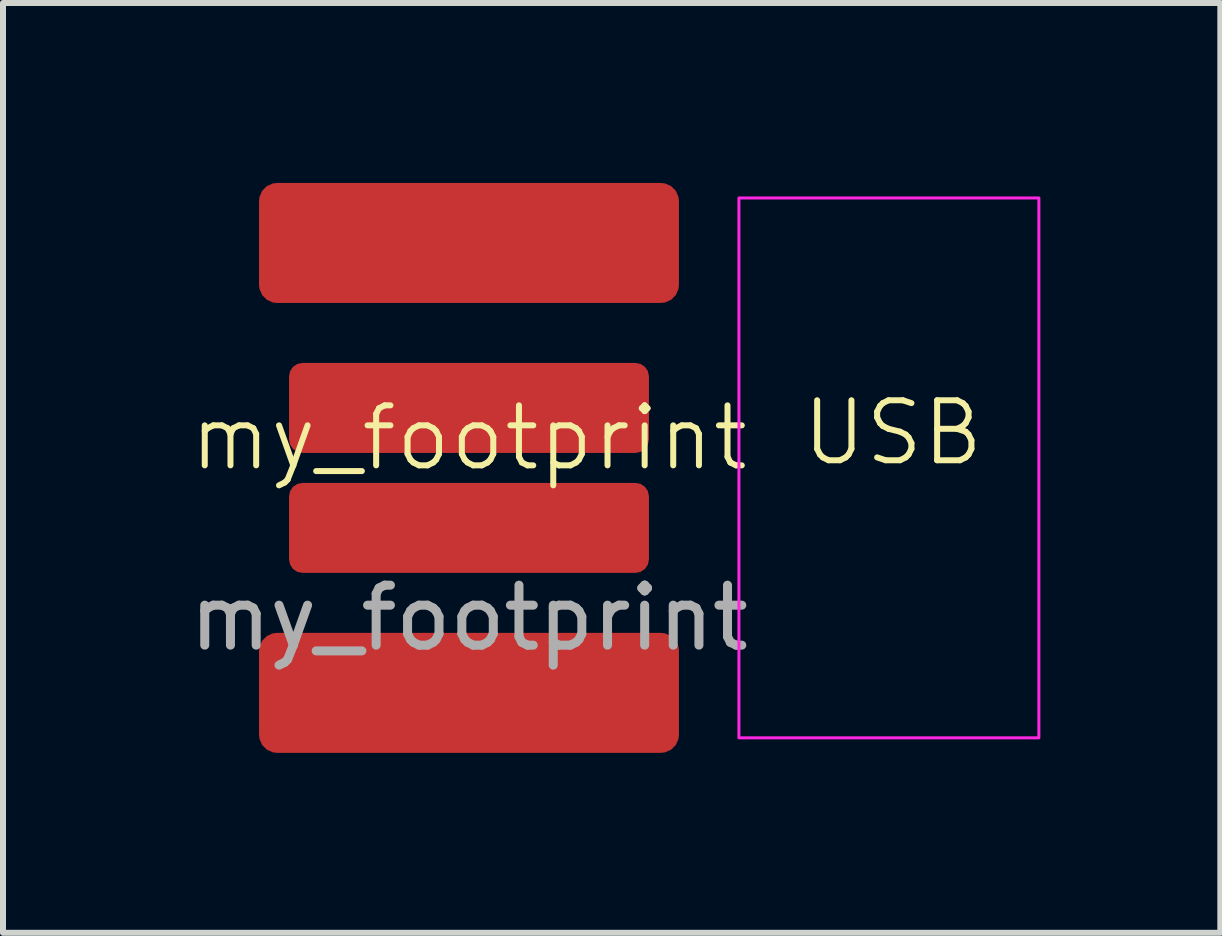
<source format=kicad_pcb>
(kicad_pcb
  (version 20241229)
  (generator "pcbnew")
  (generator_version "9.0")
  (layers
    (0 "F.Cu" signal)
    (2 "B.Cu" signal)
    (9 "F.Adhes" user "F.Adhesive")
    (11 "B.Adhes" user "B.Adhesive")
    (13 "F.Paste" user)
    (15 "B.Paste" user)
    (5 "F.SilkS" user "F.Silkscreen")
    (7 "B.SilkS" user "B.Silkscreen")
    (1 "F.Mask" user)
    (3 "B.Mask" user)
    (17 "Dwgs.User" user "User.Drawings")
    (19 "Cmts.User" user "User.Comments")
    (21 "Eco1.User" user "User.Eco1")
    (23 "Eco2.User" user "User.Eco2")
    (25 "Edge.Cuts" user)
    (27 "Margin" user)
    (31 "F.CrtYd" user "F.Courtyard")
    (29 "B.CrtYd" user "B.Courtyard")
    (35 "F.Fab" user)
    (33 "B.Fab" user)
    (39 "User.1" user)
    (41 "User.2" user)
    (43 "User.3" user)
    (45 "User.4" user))
  (footprint "my_footprint"
    (layer "F.Cu")
    (at 4.768 4.75)
    (property "Reference" "my_footprint" (at 0 -0.5 0) (unlocked yes) (layer "F.SilkS") (effects (font (size 1 1) (thickness 0.1))))
    (attr smd)
    (fp_rect (start 4.5 -4.5) (end 9.5 4.5) (stroke (width 0.05) (type default)) (fill no) (layer "F.CrtYd"))
    (fp_text user "USB" (at 5.5 0 0) (unlocked yes) (layer "F.SilkS") (effects (font (size 1 1) (thickness 0.1)) (justify left bottom)))
    (fp_text user "${REFERENCE}" (at 0 2.5 0) (unlocked yes) (layer "F.Fab") (effects (font (size 1 1) (thickness 0.15))))
    (pad "1" smd roundrect (at 0 -3.75) (size 7 2) (layers "F.Cu" "F.Mask" "F.Paste") (roundrect_rratio 0.15))
    (pad "2" smd roundrect (at 0 -1) (size 6 1.5) (layers "F.Cu" "F.Mask" "F.Paste") (roundrect_rratio 0.15))
    (pad "3" smd roundrect (at 0 1) (size 6 1.5) (layers "F.Cu" "F.Mask" "F.Paste") (roundrect_rratio 0.15))
    (pad "4" smd roundrect (at 0 3.75) (size 7 2) (layers "F.Cu" "F.Mask" "F.Paste") (roundrect_rratio 0.15)))
  (gr_rect
    (start -3 -3)
    (end 17.293 12.5)
    (stroke (width 0.1) (type default))
    (fill no)
    (layer "Edge.Cuts")))
</source>
